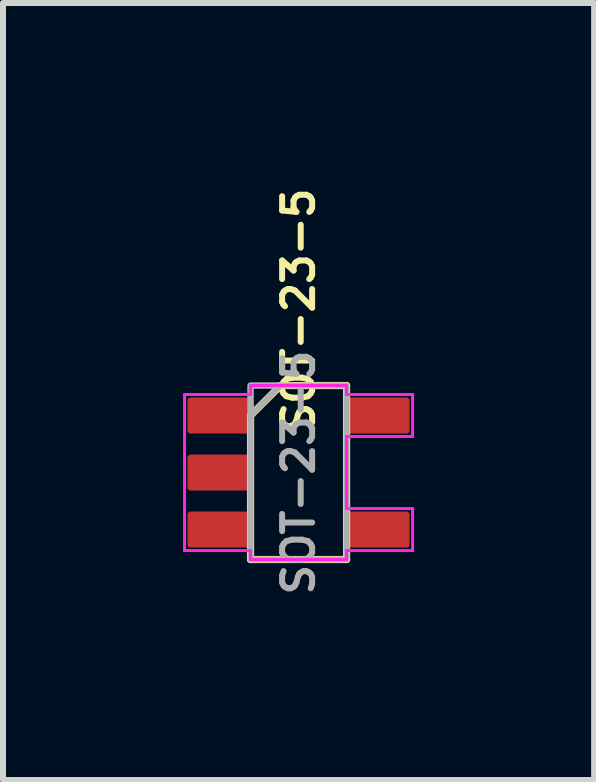
<source format=kicad_pcb>
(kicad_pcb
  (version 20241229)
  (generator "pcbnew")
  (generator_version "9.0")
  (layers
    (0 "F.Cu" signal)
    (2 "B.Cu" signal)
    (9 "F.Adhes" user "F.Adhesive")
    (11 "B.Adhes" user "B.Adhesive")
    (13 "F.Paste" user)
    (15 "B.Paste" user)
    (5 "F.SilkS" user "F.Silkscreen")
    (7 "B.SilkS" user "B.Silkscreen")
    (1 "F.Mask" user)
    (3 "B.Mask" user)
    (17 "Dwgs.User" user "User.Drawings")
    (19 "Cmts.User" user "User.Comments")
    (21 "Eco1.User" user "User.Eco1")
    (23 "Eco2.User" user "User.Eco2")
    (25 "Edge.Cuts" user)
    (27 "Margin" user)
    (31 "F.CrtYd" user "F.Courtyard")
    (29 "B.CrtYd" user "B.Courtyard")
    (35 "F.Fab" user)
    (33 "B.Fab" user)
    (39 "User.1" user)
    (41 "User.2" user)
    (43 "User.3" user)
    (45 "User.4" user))
  (footprint "SOT-23-5"
    (layer "F.Cu")
    (at 1.925 4.824)
    (property "Reference" "SOT-23-5" (at 0 -2.7 90) (unlocked yes) (layer "F.SilkS") (effects (font (size 0.5 0.5) (thickness 0.1))))
    (attr smd)
    (fp_line (start -0.8 -0.95) (end -0.8 1.45) (stroke (width 0.12) (type solid)) (layer "F.SilkS"))
    (fp_line (start -0.8 1.45) (end 0.8 1.45) (stroke (width 0.12) (type solid)) (layer "F.SilkS"))
    (fp_line (start -0.3 -1.45) (end -0.8 -0.95) (stroke (width 0.12) (type solid)) (layer "F.SilkS"))
    (fp_line (start 0.8 -1.45) (end -0.3 -1.45) (stroke (width 0.12) (type solid)) (layer "F.SilkS"))
    (fp_line (start 0.8 1.45) (end 0.8 -1.45) (stroke (width 0.12) (type solid)) (layer "F.SilkS"))
    (fp_line (start -1.9 -1.3) (end -1.9 1.3) (stroke (width 0.05) (type solid)) (layer "F.CrtYd"))
    (fp_line (start -1.9 1.3) (end -0.8 1.3) (stroke (width 0.05) (type solid)) (layer "F.CrtYd"))
    (fp_line (start -0.8 -1.45) (end -0.8 -1.3) (stroke (width 0.05) (type solid)) (layer "F.CrtYd"))
    (fp_line (start -0.8 -1.3) (end -1.9 -1.3) (stroke (width 0.05) (type solid)) (layer "F.CrtYd"))
    (fp_line (start -0.8 1.3) (end -0.8 1.45) (stroke (width 0.05) (type solid)) (layer "F.CrtYd"))
    (fp_line (start -0.8 1.45) (end 0.8 1.45) (stroke (width 0.05) (type solid)) (layer "F.CrtYd"))
    (fp_line (start 0.8 -1.45) (end -0.8 -1.45) (stroke (width 0.05) (type solid)) (layer "F.CrtYd"))
    (fp_line (start 0.8 -1.3) (end 0.8 -1.45) (stroke (width 0.05) (type solid)) (layer "F.CrtYd"))
    (fp_line (start 0.8 -0.6) (end 1.9 -0.6) (stroke (width 0.05) (type solid)) (layer "F.CrtYd"))
    (fp_line (start 0.8 0.6) (end 0.8 -0.6) (stroke (width 0.05) (type solid)) (layer "F.CrtYd"))
    (fp_line (start 0.8 1.3) (end 1.9 1.3) (stroke (width 0.05) (type solid)) (layer "F.CrtYd"))
    (fp_line (start 0.8 1.45) (end 0.8 1.3) (stroke (width 0.05) (type solid)) (layer "F.CrtYd"))
    (fp_line (start 1.9 -1.3) (end 0.8 -1.3) (stroke (width 0.05) (type solid)) (layer "F.CrtYd"))
    (fp_line (start 1.9 -0.6) (end 1.9 -1.3) (stroke (width 0.05) (type solid)) (layer "F.CrtYd"))
    (fp_line (start 1.9 0.6) (end 0.8 0.6) (stroke (width 0.05) (type solid)) (layer "F.CrtYd"))
    (fp_line (start 1.9 1.3) (end 1.9 0.6) (stroke (width 0.05) (type solid)) (layer "F.CrtYd"))
    (fp_rect (start 0.8 1.45) (end -0.8 -1.45) (stroke (width 0.1) (type solid)) (fill no) (layer "F.Fab"))
    (fp_poly (pts (xy -0.8 -0.95) (xy -0.8 -1.45) (xy -0.3 -1.45)) (stroke (width 0.1) (type solid)) (fill no) (layer "F.Fab"))
    (fp_text user "${REFERENCE}" (at 0 0 90) (unlocked yes) (layer "F.Fab") (effects (font (size 0.5 0.5) (thickness 0.1))))
    (pad "1" smd roundrect (at -1.3 -0.95) (size 1.1 0.6) (layers "F.Cu" "F.Mask" "F.Paste") (roundrect_rratio 0.083))
    (pad "2" smd roundrect (at -1.3 0) (size 1.1 0.6) (layers "F.Cu" "F.Mask" "F.Paste") (roundrect_rratio 0.083))
    (pad "3" smd roundrect (at -1.3 0.95) (size 1.1 0.6) (layers "F.Cu" "F.Mask" "F.Paste") (roundrect_rratio 0.083))
    (pad "4" smd roundrect (at 1.3 0.95) (size 1.1 0.6) (layers "F.Cu" "F.Mask" "F.Paste") (roundrect_rratio 0.083))
    (pad "5" smd roundrect (at 1.3 -0.95) (size 1.1 0.6) (layers "F.Cu" "F.Mask" "F.Paste") (roundrect_rratio 0.083)))
  (gr_rect
    (start -3 -3)
    (end 6.85 9.948)
    (stroke (width 0.1) (type default))
    (fill no)
    (layer "Edge.Cuts")))
</source>
